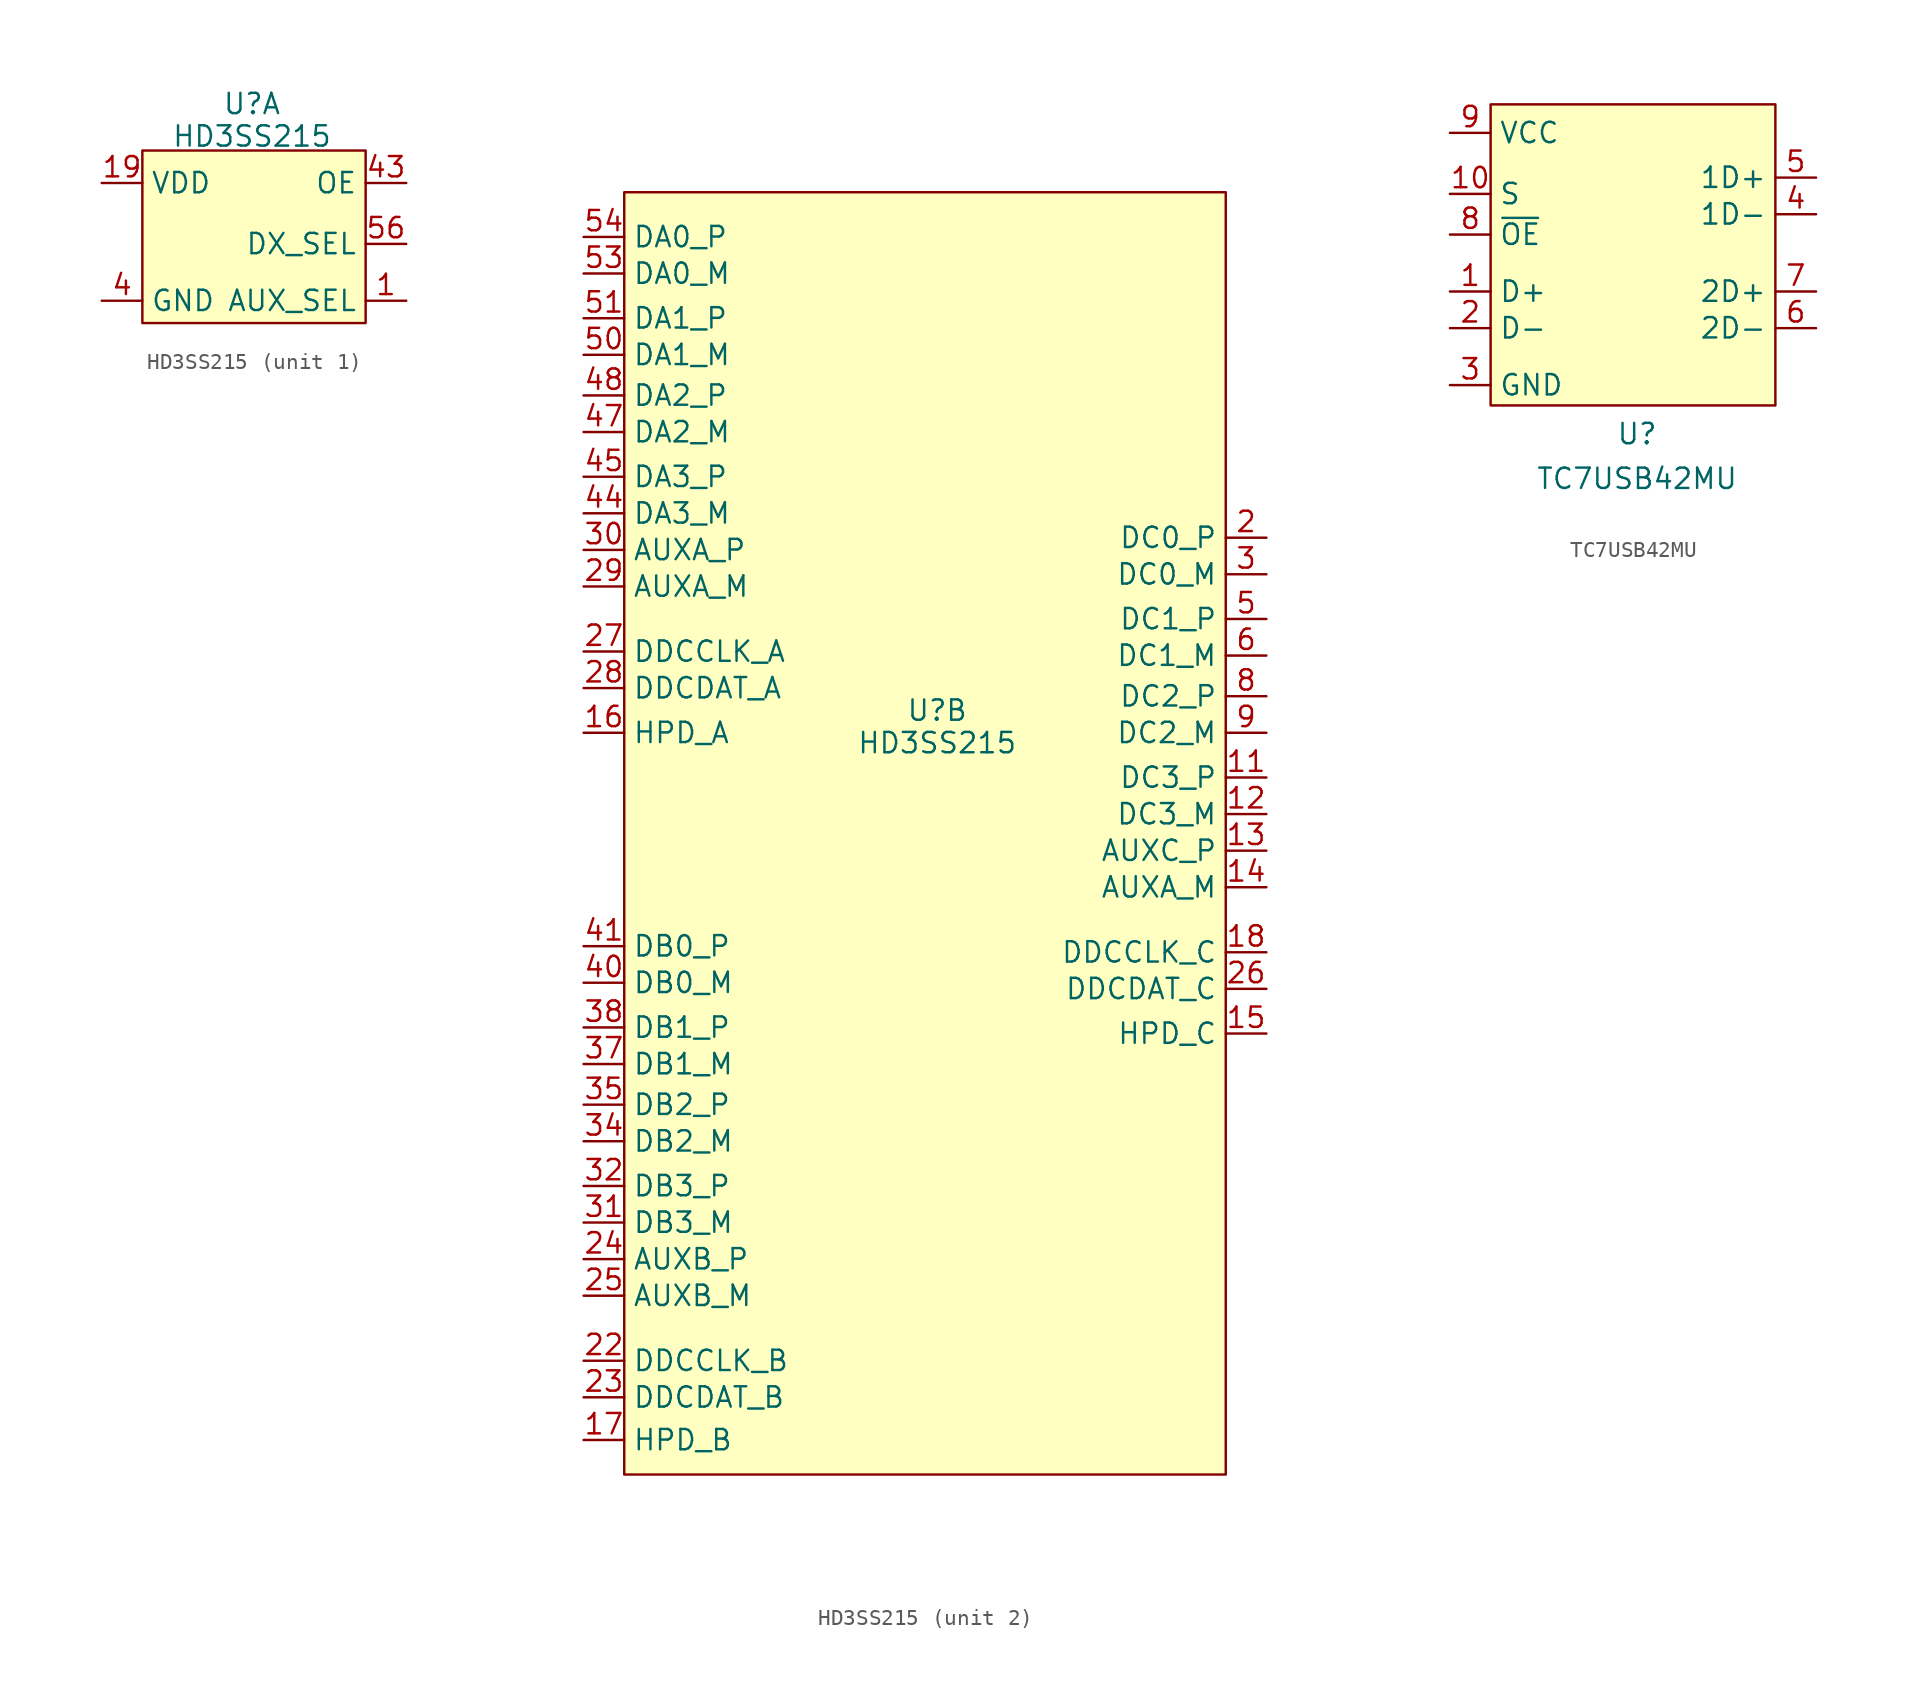
<source format=kicad_sym>
(kicad_symbol_lib
  (version 20211014)
  (generator kicad_symbol_editor)
  (symbol "HD3SS215"
    (property "Reference" "U"
      (at 0 7.493 0)
      (effects (font (size 1.27 1.27))))
    (property "Value" "HD3SS215"
      (at 0 5.461 0)
      (effects (font (size 1.27 1.27))))
    (property "ki_locked" ""
      (at 0 0 0)
      (effects (font (size 1.27 1.27))))
    (symbol "HD3SS215_1_1"
      (rectangle (start -6.858 4.572) (end 7.112 -6.223) (stroke (width 0) (type default) (color 0 0 0 0)) (fill (type background)))
      (pin input line (at 9.652 -4.826 180) (length 2.54) (name "AUX_SEL" (effects (font (size 1.27 1.27)))) (number "1" (effects (font (size 1.27 1.27)))))
      (pin input line (at -9.398 -4.826 0) (length 2.54) hide (name "GND" (effects (font (size 1.27 1.27)))) (number "10" (effects (font (size 1.27 1.27)))))
      (pin input line (at -9.398 2.54 0) (length 2.54) (name "VDD" (effects (font (size 1.27 1.27)))) (number "19" (effects (font (size 1.27 1.27)))))
      (pin input line (at -9.398 -4.826 0) (length 2.54) hide (name "GND" (effects (font (size 1.27 1.27)))) (number "33" (effects (font (size 1.27 1.27)))))
      (pin input line (at -9.398 -4.826 0) (length 2.54) hide (name "GND" (effects (font (size 1.27 1.27)))) (number "36" (effects (font (size 1.27 1.27)))))
      (pin input line (at -9.398 -4.826 0) (length 2.54) hide (name "GND" (effects (font (size 1.27 1.27)))) (number "39" (effects (font (size 1.27 1.27)))))
      (pin input line (at -9.398 -4.826 0) (length 2.54) (name "GND" (effects (font (size 1.27 1.27)))) (number "4" (effects (font (size 1.27 1.27)))))
      (pin input line (at 9.652 2.54 180) (length 2.54) (name "OE" (effects (font (size 1.27 1.27)))) (number "43" (effects (font (size 1.27 1.27)))))
      (pin input line (at -9.398 -4.826 0) (length 2.54) hide (name "GND" (effects (font (size 1.27 1.27)))) (number "46" (effects (font (size 1.27 1.27)))))
      (pin input line (at -9.398 -4.826 0) (length 2.54) hide (name "GND" (effects (font (size 1.27 1.27)))) (number "49" (effects (font (size 1.27 1.27)))))
      (pin input line (at -9.398 -4.826 0) (length 2.54) hide (name "GND" (effects (font (size 1.27 1.27)))) (number "52" (effects (font (size 1.27 1.27)))))
      (pin input line (at -9.398 2.54 0) (length 2.54) hide (name "VDD" (effects (font (size 1.27 1.27)))) (number "55" (effects (font (size 1.27 1.27)))))
      (pin input line (at 9.652 -1.27 180) (length 2.54) (name "DX_SEL" (effects (font (size 1.27 1.27)))) (number "56" (effects (font (size 1.27 1.27)))))
      (pin input line (at -9.398 -4.826 0) (length 2.54) hide (name "GND" (effects (font (size 1.27 1.27)))) (number "7" (effects (font (size 1.27 1.27))))))
    (symbol "HD3SS215_2_1"
      (rectangle (start -19.558 39.878) (end 18.034 -40.259) (stroke (width 0) (type default) (color 0 0 0 0)) (fill (type background)))
      (pin bidirectional line (at 20.574 3.302 180) (length 2.54) (name "DC3_P" (effects (font (size 1.27 1.27)))) (number "11" (effects (font (size 1.27 1.27)))))
      (pin bidirectional line (at 20.574 1.016 180) (length 2.54) (name "DC3_M" (effects (font (size 1.27 1.27)))) (number "12" (effects (font (size 1.27 1.27)))))
      (pin bidirectional line (at 20.574 -1.27 180) (length 2.54) (name "AUXC_P" (effects (font (size 1.27 1.27)))) (number "13" (effects (font (size 1.27 1.27)))))
      (pin bidirectional line (at 20.574 -3.556 180) (length 2.54) (name "AUXA_M" (effects (font (size 1.27 1.27)))) (number "14" (effects (font (size 1.27 1.27)))))
      (pin bidirectional line (at 20.574 -12.7 180) (length 2.54) (name "HPD_C" (effects (font (size 1.27 1.27)))) (number "15" (effects (font (size 1.27 1.27)))))
      (pin bidirectional line (at -22.098 6.096 0) (length 2.54) (name "HPD_A" (effects (font (size 1.27 1.27)))) (number "16" (effects (font (size 1.27 1.27)))))
      (pin bidirectional line (at -22.098 -38.1 0) (length 2.54) (name "HPD_B" (effects (font (size 1.27 1.27)))) (number "17" (effects (font (size 1.27 1.27)))))
      (pin bidirectional line (at 20.574 -7.62 180) (length 2.54) (name "DDCCLK_C" (effects (font (size 1.27 1.27)))) (number "18" (effects (font (size 1.27 1.27)))))
      (pin bidirectional line (at 20.574 18.288 180) (length 2.54) (name "DC0_P" (effects (font (size 1.27 1.27)))) (number "2" (effects (font (size 1.27 1.27)))))
      (pin bidirectional line (at -22.098 -33.147 0) (length 2.54) (name "DDCCLK_B" (effects (font (size 1.27 1.27)))) (number "22" (effects (font (size 1.27 1.27)))))
      (pin bidirectional line (at -22.098 -35.433 0) (length 2.54) (name "DDCDAT_B" (effects (font (size 1.27 1.27)))) (number "23" (effects (font (size 1.27 1.27)))))
      (pin bidirectional line (at -22.098 -26.797 0) (length 2.54) (name "AUXB_P" (effects (font (size 1.27 1.27)))) (number "24" (effects (font (size 1.27 1.27)))))
      (pin bidirectional line (at -22.098 -29.083 0) (length 2.54) (name "AUXB_M" (effects (font (size 1.27 1.27)))) (number "25" (effects (font (size 1.27 1.27)))))
      (pin bidirectional line (at 20.574 -9.906 180) (length 2.54) (name "DDCDAT_C" (effects (font (size 1.27 1.27)))) (number "26" (effects (font (size 1.27 1.27)))))
      (pin bidirectional line (at -22.098 11.176 0) (length 2.54) (name "DDCCLK_A" (effects (font (size 1.27 1.27)))) (number "27" (effects (font (size 1.27 1.27)))))
      (pin bidirectional line (at -22.098 8.89 0) (length 2.54) (name "DDCDAT_A" (effects (font (size 1.27 1.27)))) (number "28" (effects (font (size 1.27 1.27)))))
      (pin bidirectional line (at -22.098 15.24 0) (length 2.54) (name "AUXA_M" (effects (font (size 1.27 1.27)))) (number "29" (effects (font (size 1.27 1.27)))))
      (pin bidirectional line (at 20.574 16.002 180) (length 2.54) (name "DC0_M" (effects (font (size 1.27 1.27)))) (number "3" (effects (font (size 1.27 1.27)))))
      (pin bidirectional line (at -22.098 17.526 0) (length 2.54) (name "AUXA_P" (effects (font (size 1.27 1.27)))) (number "30" (effects (font (size 1.27 1.27)))))
      (pin bidirectional line (at -22.098 -24.511 0) (length 2.54) (name "DB3_M" (effects (font (size 1.27 1.27)))) (number "31" (effects (font (size 1.27 1.27)))))
      (pin bidirectional line (at -22.098 -22.225 0) (length 2.54) (name "DB3_P" (effects (font (size 1.27 1.27)))) (number "32" (effects (font (size 1.27 1.27)))))
      (pin bidirectional line (at -22.098 -19.431 0) (length 2.54) (name "DB2_M" (effects (font (size 1.27 1.27)))) (number "34" (effects (font (size 1.27 1.27)))))
      (pin bidirectional line (at -22.098 -17.145 0) (length 2.54) (name "DB2_P" (effects (font (size 1.27 1.27)))) (number "35" (effects (font (size 1.27 1.27)))))
      (pin bidirectional line (at -22.098 -14.605 0) (length 2.54) (name "DB1_M" (effects (font (size 1.27 1.27)))) (number "37" (effects (font (size 1.27 1.27)))))
      (pin bidirectional line (at -22.098 -12.319 0) (length 2.54) (name "DB1_P" (effects (font (size 1.27 1.27)))) (number "38" (effects (font (size 1.27 1.27)))))
      (pin bidirectional line (at -22.098 -9.525 0) (length 2.54) (name "DB0_M" (effects (font (size 1.27 1.27)))) (number "40" (effects (font (size 1.27 1.27)))))
      (pin bidirectional line (at -22.098 -7.239 0) (length 2.54) (name "DB0_P" (effects (font (size 1.27 1.27)))) (number "41" (effects (font (size 1.27 1.27)))))
      (pin bidirectional line (at -22.098 19.812 0) (length 2.54) (name "DA3_M" (effects (font (size 1.27 1.27)))) (number "44" (effects (font (size 1.27 1.27)))))
      (pin bidirectional line (at -22.098 22.098 0) (length 2.54) (name "DA3_P" (effects (font (size 1.27 1.27)))) (number "45" (effects (font (size 1.27 1.27)))))
      (pin bidirectional line (at -22.098 24.892 0) (length 2.54) (name "DA2_M" (effects (font (size 1.27 1.27)))) (number "47" (effects (font (size 1.27 1.27)))))
      (pin bidirectional line (at -22.098 27.178 0) (length 2.54) (name "DA2_P" (effects (font (size 1.27 1.27)))) (number "48" (effects (font (size 1.27 1.27)))))
      (pin bidirectional line (at 20.574 13.208 180) (length 2.54) (name "DC1_P" (effects (font (size 1.27 1.27)))) (number "5" (effects (font (size 1.27 1.27)))))
      (pin bidirectional line (at -22.098 29.718 0) (length 2.54) (name "DA1_M" (effects (font (size 1.27 1.27)))) (number "50" (effects (font (size 1.27 1.27)))))
      (pin bidirectional line (at -22.098 32.004 0) (length 2.54) (name "DA1_P" (effects (font (size 1.27 1.27)))) (number "51" (effects (font (size 1.27 1.27)))))
      (pin bidirectional line (at -22.098 34.798 0) (length 2.54) (name "DA0_M" (effects (font (size 1.27 1.27)))) (number "53" (effects (font (size 1.27 1.27)))))
      (pin bidirectional line (at -22.098 37.084 0) (length 2.54) (name "DA0_P" (effects (font (size 1.27 1.27)))) (number "54" (effects (font (size 1.27 1.27)))))
      (pin bidirectional line (at 20.574 10.922 180) (length 2.54) (name "DC1_M" (effects (font (size 1.27 1.27)))) (number "6" (effects (font (size 1.27 1.27)))))
      (pin bidirectional line (at 20.574 8.382 180) (length 2.54) (name "DC2_P" (effects (font (size 1.27 1.27)))) (number "8" (effects (font (size 1.27 1.27)))))
      (pin bidirectional line (at 20.574 6.096 180) (length 2.54) (name "DC2_M" (effects (font (size 1.27 1.27)))) (number "9" (effects (font (size 1.27 1.27)))))))
  (symbol "TC7USB42MU"
    (property "Reference" "U"
      (at 0 -8.89 0)
      (effects (font (size 1.27 1.27))))
    (property "Value" "TC7USB42MU"
      (at 0 -11.684 0)
      (effects (font (size 1.27 1.27))))
    (symbol "TC7USB42MU_0_1"
      (rectangle (start -9.144 11.684) (end 8.636 -7.112) (stroke (width 0) (type default) (color 0 0 0 0)) (fill (type background))))
    (symbol "TC7USB42MU_1_1"
      (pin bidirectional line (at -11.684 0 0) (length 2.54) (name "D+" (effects (font (size 1.27 1.27)))) (number "1" (effects (font (size 1.27 1.27)))))
      (pin input line (at -11.684 6.096 0) (length 2.54) (name "S" (effects (font (size 1.27 1.27)))) (number "10" (effects (font (size 1.27 1.27)))))
      (pin bidirectional line (at -11.684 -2.286 0) (length 2.54) (name "D-" (effects (font (size 1.27 1.27)))) (number "2" (effects (font (size 1.27 1.27)))))
      (pin power_in line (at -11.684 -5.842 0) (length 2.54) (name "GND" (effects (font (size 1.27 1.27)))) (number "3" (effects (font (size 1.27 1.27)))))
      (pin bidirectional line (at 11.176 4.826 180) (length 2.54) (name "1D-" (effects (font (size 1.27 1.27)))) (number "4" (effects (font (size 1.27 1.27)))))
      (pin bidirectional line (at 11.176 7.112 180) (length 2.54) (name "1D+" (effects (font (size 1.27 1.27)))) (number "5" (effects (font (size 1.27 1.27)))))
      (pin bidirectional line (at 11.176 -2.286 180) (length 2.54) (name "2D-" (effects (font (size 1.27 1.27)))) (number "6" (effects (font (size 1.27 1.27)))))
      (pin bidirectional line (at 11.176 0 180) (length 2.54) (name "2D+" (effects (font (size 1.27 1.27)))) (number "7" (effects (font (size 1.27 1.27)))))
      (pin bidirectional line (at -11.684 3.556 0) (length 2.54) (name "~{OE}" (effects (font (size 1.27 1.27)))) (number "8" (effects (font (size 1.27 1.27)))))
      (pin power_in line (at -11.684 9.906 0) (length 2.54) (name "VCC" (effects (font (size 1.27 1.27)))) (number "9" (effects (font (size 1.27 1.27))))))))
</source>
